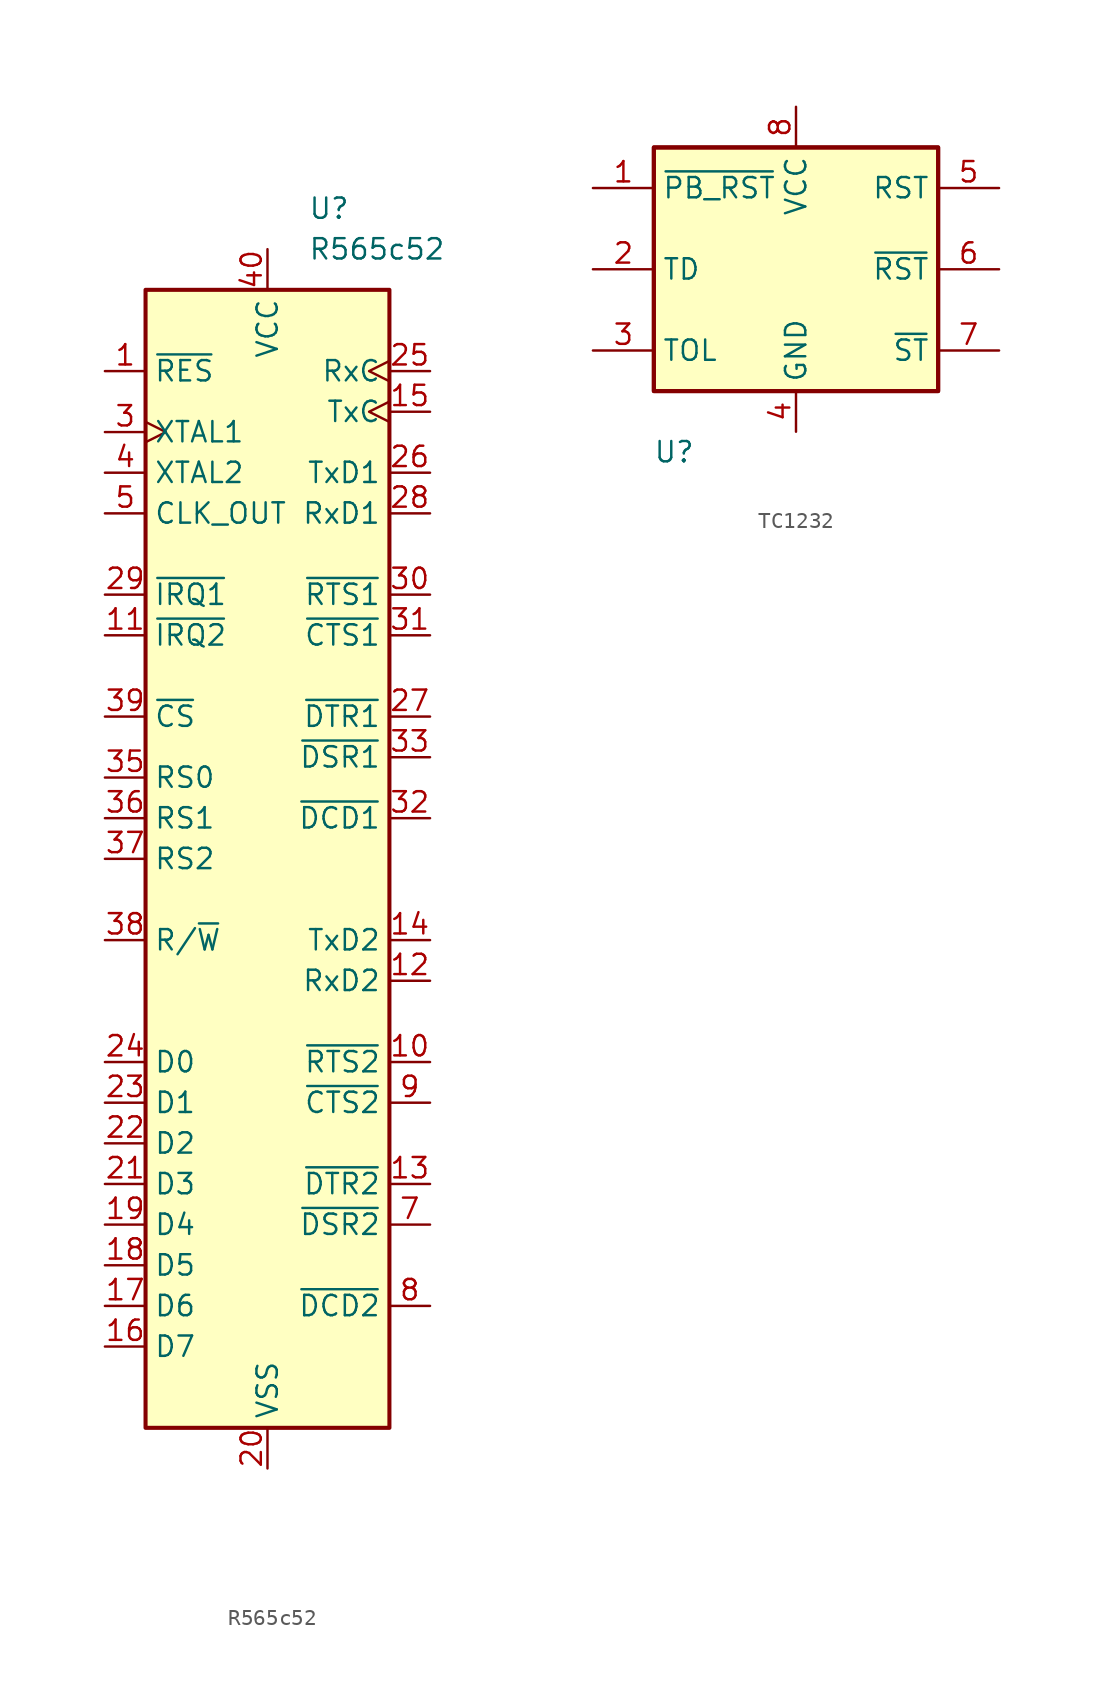
<source format=kicad_sym>
(kicad_symbol_lib
  (version 20220914)
  (generator kicad_symbol_editor)
  (symbol "R565c52"
    (property "Reference" "U"
      (at 2.54 38.1 0)
      (effects (font (size 1.27 1.27)) (justify left)))
    (property "Value" "R565c52"
      (at 2.54 35.56 0)
      (effects (font (size 1.27 1.27)) (justify left)))
    (symbol "R565c52_0_1"
      (rectangle (start -7.62 33.02) (end 7.62 -38.1) (stroke (width 0.254) (type default)) (fill (type background))))
    (symbol "R565c52_1_1"
      (pin input line (at -10.16 27.94 0) (length 2.54) (name "~{RES}" (effects (font (size 1.27 1.27)))) (number "1" (effects (font (size 1.27 1.27)))))
      (pin output line (at 10.16 -15.24 180) (length 2.54) (name "~{RTS2}" (effects (font (size 1.27 1.27)))) (number "10" (effects (font (size 1.27 1.27)))))
      (pin open_collector line (at -10.16 11.43 0) (length 2.54) (name "~{IRQ2}" (effects (font (size 1.27 1.27)))) (number "11" (effects (font (size 1.27 1.27)))))
      (pin input line (at 10.16 -10.16 180) (length 2.54) (name "RxD2" (effects (font (size 1.27 1.27)))) (number "12" (effects (font (size 1.27 1.27)))))
      (pin output line (at 10.16 -22.86 180) (length 2.54) (name "~{DTR2}" (effects (font (size 1.27 1.27)))) (number "13" (effects (font (size 1.27 1.27)))))
      (pin output line (at 10.16 -7.62 180) (length 2.54) (name "TxD2" (effects (font (size 1.27 1.27)))) (number "14" (effects (font (size 1.27 1.27)))))
      (pin bidirectional clock (at 10.16 25.4 180) (length 2.54) (name "TxC" (effects (font (size 1.27 1.27)))) (number "15" (effects (font (size 1.27 1.27)))))
      (pin bidirectional line (at -10.16 -33.02 0) (length 2.54) (name "D7" (effects (font (size 1.27 1.27)))) (number "16" (effects (font (size 1.27 1.27)))))
      (pin bidirectional line (at -10.16 -30.48 0) (length 2.54) (name "D6" (effects (font (size 1.27 1.27)))) (number "17" (effects (font (size 1.27 1.27)))))
      (pin bidirectional line (at -10.16 -27.94 0) (length 2.54) (name "D5" (effects (font (size 1.27 1.27)))) (number "18" (effects (font (size 1.27 1.27)))))
      (pin bidirectional line (at -10.16 -25.4 0) (length 2.54) (name "D4" (effects (font (size 1.27 1.27)))) (number "19" (effects (font (size 1.27 1.27)))))
      (pin power_in line (at 0 -40.64 90) (length 2.54) (name "VSS" (effects (font (size 1.27 1.27)))) (number "20" (effects (font (size 1.27 1.27)))))
      (pin bidirectional line (at -10.16 -22.86 0) (length 2.54) (name "D3" (effects (font (size 1.27 1.27)))) (number "21" (effects (font (size 1.27 1.27)))))
      (pin bidirectional line (at -10.16 -20.32 0) (length 2.54) (name "D2" (effects (font (size 1.27 1.27)))) (number "22" (effects (font (size 1.27 1.27)))))
      (pin bidirectional line (at -10.16 -17.78 0) (length 2.54) (name "D1" (effects (font (size 1.27 1.27)))) (number "23" (effects (font (size 1.27 1.27)))))
      (pin bidirectional line (at -10.16 -15.24 0) (length 2.54) (name "D0" (effects (font (size 1.27 1.27)))) (number "24" (effects (font (size 1.27 1.27)))))
      (pin bidirectional clock (at 10.16 27.94 180) (length 2.54) (name "RxC" (effects (font (size 1.27 1.27)))) (number "25" (effects (font (size 1.27 1.27)))))
      (pin output line (at 10.16 21.59 180) (length 2.54) (name "TxD1" (effects (font (size 1.27 1.27)))) (number "26" (effects (font (size 1.27 1.27)))))
      (pin output line (at 10.16 6.35 180) (length 2.54) (name "~{DTR1}" (effects (font (size 1.27 1.27)))) (number "27" (effects (font (size 1.27 1.27)))))
      (pin input line (at 10.16 19.05 180) (length 2.54) (name "RxD1" (effects (font (size 1.27 1.27)))) (number "28" (effects (font (size 1.27 1.27)))))
      (pin open_collector line (at -10.16 13.97 0) (length 2.54) (name "~{IRQ1}" (effects (font (size 1.27 1.27)))) (number "29" (effects (font (size 1.27 1.27)))))
      (pin input clock (at -10.16 24.13 0) (length 2.54) (name "XTAL1" (effects (font (size 1.27 1.27)))) (number "3" (effects (font (size 1.27 1.27)))))
      (pin output line (at 10.16 13.97 180) (length 2.54) (name "~{RTS1}" (effects (font (size 1.27 1.27)))) (number "30" (effects (font (size 1.27 1.27)))))
      (pin input line (at 10.16 11.43 180) (length 2.54) (name "~{CTS1}" (effects (font (size 1.27 1.27)))) (number "31" (effects (font (size 1.27 1.27)))))
      (pin input line (at 10.16 0 180) (length 2.54) (name "~{DCD1}" (effects (font (size 1.27 1.27)))) (number "32" (effects (font (size 1.27 1.27)))))
      (pin input line (at 10.16 3.81 180) (length 2.54) (name "~{DSR1}" (effects (font (size 1.27 1.27)))) (number "33" (effects (font (size 1.27 1.27)))))
      (pin input line (at -10.16 2.54 0) (length 2.54) (name "RS0" (effects (font (size 1.27 1.27)))) (number "35" (effects (font (size 1.27 1.27)))))
      (pin input line (at -10.16 0 0) (length 2.54) (name "RS1" (effects (font (size 1.27 1.27)))) (number "36" (effects (font (size 1.27 1.27)))))
      (pin input line (at -10.16 -2.54 0) (length 2.54) (name "RS2" (effects (font (size 1.27 1.27)))) (number "37" (effects (font (size 1.27 1.27)))))
      (pin input line (at -10.16 -7.62 0) (length 2.54) (name "R/~{W}" (effects (font (size 1.27 1.27)))) (number "38" (effects (font (size 1.27 1.27)))))
      (pin input line (at -10.16 6.35 0) (length 2.54) (name "~{CS}" (effects (font (size 1.27 1.27)))) (number "39" (effects (font (size 1.27 1.27)))))
      (pin output line (at -10.16 21.59 0) (length 2.54) (name "XTAL2" (effects (font (size 1.27 1.27)))) (number "4" (effects (font (size 1.27 1.27)))))
      (pin power_in line (at 0 35.56 270) (length 2.54) (name "VCC" (effects (font (size 1.27 1.27)))) (number "40" (effects (font (size 1.27 1.27)))))
      (pin output line (at -10.16 19.05 0) (length 2.54) (name "CLK_OUT" (effects (font (size 1.27 1.27)))) (number "5" (effects (font (size 1.27 1.27)))))
      (pin input line (at 10.16 -25.4 180) (length 2.54) (name "~{DSR2}" (effects (font (size 1.27 1.27)))) (number "7" (effects (font (size 1.27 1.27)))))
      (pin input line (at 10.16 -30.48 180) (length 2.54) (name "~{DCD2}" (effects (font (size 1.27 1.27)))) (number "8" (effects (font (size 1.27 1.27)))))
      (pin input line (at 10.16 -17.78 180) (length 2.54) (name "~{CTS2}" (effects (font (size 1.27 1.27)))) (number "9" (effects (font (size 1.27 1.27)))))))
  (symbol "TC1232"
    (property "Reference" "U"
      (at 0 0 0)
      (effects (font (size 1.27 1.27))))
    (property "Value" ""
      (at 0 0 0)
      (effects (font (size 1.27 1.27))))
    (symbol "TC1232_0_0"
      (pin power_in line (at 7.62 21.59 270) (length 2.54) (name "VCC" (effects (font (size 1.27 1.27)))) (number "8" (effects (font (size 1.27 1.27))))))
    (symbol "TC1232_0_1"
      (rectangle (start -1.27 3.81) (end 16.51 19.05) (stroke (width 0.254) (type default)) (fill (type background)))
      (rectangle (start -1.27 3.81) (end 16.51 19.05) (stroke (width 0.254) (type default)) (fill (type background))))
    (symbol "TC1232_1_0"
      (pin power_in line (at 7.62 1.27 90) (length 2.54) (name "GND" (effects (font (size 1.27 1.27)))) (number "4" (effects (font (size 1.27 1.27))))))
    (symbol "TC1232_1_1"
      (pin input line (at -5.08 16.51 0) (length 3.81) (name "~{PB_RST}" (effects (font (size 1.27 1.27)))) (number "1" (effects (font (size 1.27 1.27)))))
      (pin input line (at -5.08 11.43 0) (length 3.81) (name "TD" (effects (font (size 1.27 1.27)))) (number "2" (effects (font (size 1.27 1.27)))))
      (pin input line (at -5.08 6.35 0) (length 3.81) (name "TOL" (effects (font (size 1.27 1.27)))) (number "3" (effects (font (size 1.27 1.27)))))
      (pin output line (at 20.32 16.51 180) (length 3.81) (name "RST" (effects (font (size 1.27 1.27)))) (number "5" (effects (font (size 1.27 1.27)))))
      (pin output line (at 20.32 11.43 180) (length 3.81) (name "~{RST}" (effects (font (size 1.27 1.27)))) (number "6" (effects (font (size 1.27 1.27)))))
      (pin input line (at 20.32 6.35 180) (length 3.81) (name "~{ST}" (effects (font (size 1.27 1.27)))) (number "7" (effects (font (size 1.27 1.27))))))))
</source>
